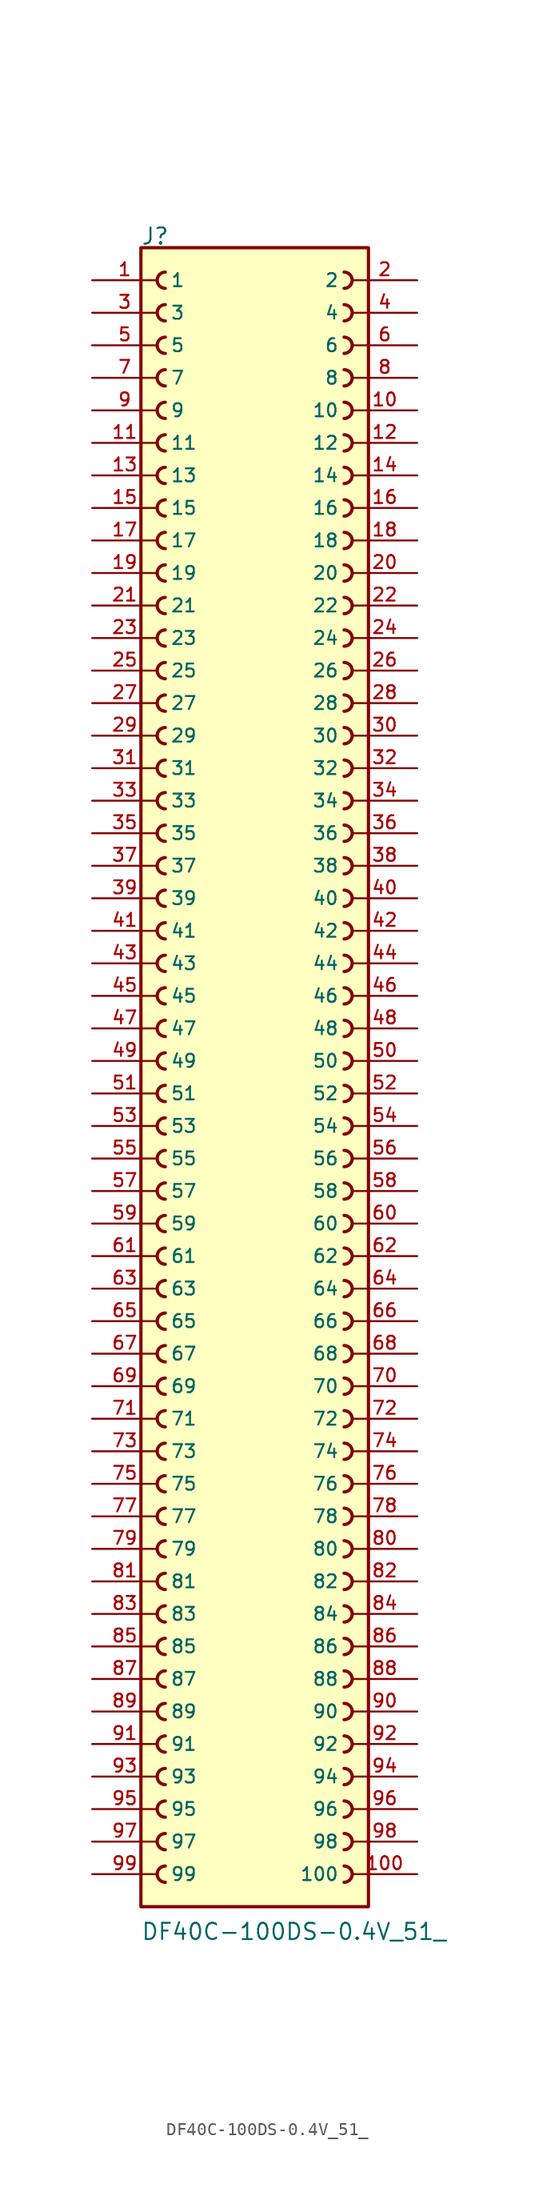
<source format=kicad_sym>
(kicad_symbol_lib
  (version 20241209)
  (generator "kicad_symbol_editor")
  (generator_version "9.0")
  (symbol "DF40C-100DS-0.4V_51_"
    (pin_names
      (offset 1.016))
    (property "Reference" "J"
      (at -8.908 63.653 0)
      (effects (font (size 1.27 1.27)) (justify left bottom)))
    (property "Value" "DF40C-100DS-0.4V_51_"
      (at -8.906 -68.732 0)
      (effects (font (size 1.27 1.27)) (justify left bottom)))
    (symbol "DF40C-100DS-0.4V_51__0_0"
      (rectangle (start -8.89 -66.04) (end 8.89 63.5) (stroke (width 0.254) (type default)) (fill (type background)))
      (arc (start -6.985 60.325) (mid -7.6172 60.96) (end -6.985 61.595) (stroke (width 0.254) (type default)) (fill (type none)))
      (arc (start -6.985 57.785) (mid -7.6172 58.42) (end -6.985 59.055) (stroke (width 0.254) (type default)) (fill (type none)))
      (arc (start -6.985 55.245) (mid -7.6172 55.88) (end -6.985 56.515) (stroke (width 0.254) (type default)) (fill (type none)))
      (arc (start -6.985 52.705) (mid -7.6172 53.34) (end -6.985 53.975) (stroke (width 0.254) (type default)) (fill (type none)))
      (arc (start -6.985 50.165) (mid -7.6172 50.8) (end -6.985 51.435) (stroke (width 0.254) (type default)) (fill (type none)))
      (arc (start -6.985 47.625) (mid -7.6172 48.26) (end -6.985 48.895) (stroke (width 0.254) (type default)) (fill (type none)))
      (arc (start -6.985 45.085) (mid -7.6172 45.72) (end -6.985 46.355) (stroke (width 0.254) (type default)) (fill (type none)))
      (arc (start -6.985 42.545) (mid -7.6172 43.18) (end -6.985 43.815) (stroke (width 0.254) (type default)) (fill (type none)))
      (arc (start -6.985 40.005) (mid -7.6172 40.64) (end -6.985 41.275) (stroke (width 0.254) (type default)) (fill (type none)))
      (arc (start -6.985 37.465) (mid -7.6172 38.1) (end -6.985 38.735) (stroke (width 0.254) (type default)) (fill (type none)))
      (arc (start -6.985 34.925) (mid -7.6172 35.56) (end -6.985 36.195) (stroke (width 0.254) (type default)) (fill (type none)))
      (arc (start -6.985 32.385) (mid -7.6172 33.02) (end -6.985 33.655) (stroke (width 0.254) (type default)) (fill (type none)))
      (arc (start -6.985 29.845) (mid -7.6172 30.48) (end -6.985 31.115) (stroke (width 0.254) (type default)) (fill (type none)))
      (arc (start -6.985 27.305) (mid -7.6172 27.94) (end -6.985 28.575) (stroke (width 0.254) (type default)) (fill (type none)))
      (arc (start -6.985 24.765) (mid -7.6172 25.4) (end -6.985 26.035) (stroke (width 0.254) (type default)) (fill (type none)))
      (arc (start -6.985 22.225) (mid -7.6172 22.86) (end -6.985 23.495) (stroke (width 0.254) (type default)) (fill (type none)))
      (arc (start -6.985 19.685) (mid -7.6172 20.32) (end -6.985 20.955) (stroke (width 0.254) (type default)) (fill (type none)))
      (arc (start -6.985 17.145) (mid -7.6172 17.78) (end -6.985 18.415) (stroke (width 0.254) (type default)) (fill (type none)))
      (arc (start -6.985 14.605) (mid -7.6172 15.24) (end -6.985 15.875) (stroke (width 0.254) (type default)) (fill (type none)))
      (arc (start -6.985 12.065) (mid -7.6172 12.7) (end -6.985 13.335) (stroke (width 0.254) (type default)) (fill (type none)))
      (arc (start -6.985 9.525) (mid -7.6172 10.16) (end -6.985 10.795) (stroke (width 0.254) (type default)) (fill (type none)))
      (arc (start -6.985 6.985) (mid -7.6172 7.62) (end -6.985 8.255) (stroke (width 0.254) (type default)) (fill (type none)))
      (arc (start -6.985 4.445) (mid -7.6172 5.08) (end -6.985 5.715) (stroke (width 0.254) (type default)) (fill (type none)))
      (arc (start -6.985 1.905) (mid -7.6172 2.54) (end -6.985 3.175) (stroke (width 0.254) (type default)) (fill (type none)))
      (arc (start -6.985 -0.635) (mid -7.6172 0) (end -6.985 0.635) (stroke (width 0.254) (type default)) (fill (type none)))
      (arc (start -6.985 -3.175) (mid -7.6172 -2.54) (end -6.985 -1.905) (stroke (width 0.254) (type default)) (fill (type none)))
      (arc (start -6.985 -5.715) (mid -7.6172 -5.08) (end -6.985 -4.445) (stroke (width 0.254) (type default)) (fill (type none)))
      (arc (start -6.985 -8.255) (mid -7.6172 -7.62) (end -6.985 -6.985) (stroke (width 0.254) (type default)) (fill (type none)))
      (arc (start -6.985 -10.795) (mid -7.6172 -10.16) (end -6.985 -9.525) (stroke (width 0.254) (type default)) (fill (type none)))
      (arc (start -6.985 -13.335) (mid -7.6172 -12.7) (end -6.985 -12.065) (stroke (width 0.254) (type default)) (fill (type none)))
      (arc (start -6.985 -15.875) (mid -7.6172 -15.24) (end -6.985 -14.605) (stroke (width 0.254) (type default)) (fill (type none)))
      (arc (start -6.985 -18.415) (mid -7.6172 -17.78) (end -6.985 -17.145) (stroke (width 0.254) (type default)) (fill (type none)))
      (arc (start -6.985 -20.955) (mid -7.6172 -20.32) (end -6.985 -19.685) (stroke (width 0.254) (type default)) (fill (type none)))
      (arc (start -6.985 -23.495) (mid -7.6172 -22.86) (end -6.985 -22.225) (stroke (width 0.254) (type default)) (fill (type none)))
      (arc (start -6.985 -26.035) (mid -7.6172 -25.4) (end -6.985 -24.765) (stroke (width 0.254) (type default)) (fill (type none)))
      (arc (start -6.985 -28.575) (mid -7.6172 -27.94) (end -6.985 -27.305) (stroke (width 0.254) (type default)) (fill (type none)))
      (arc (start -6.985 -31.115) (mid -7.6172 -30.48) (end -6.985 -29.845) (stroke (width 0.254) (type default)) (fill (type none)))
      (arc (start -6.985 -33.655) (mid -7.6172 -33.02) (end -6.985 -32.385) (stroke (width 0.254) (type default)) (fill (type none)))
      (arc (start -6.985 -36.195) (mid -7.6172 -35.56) (end -6.985 -34.925) (stroke (width 0.254) (type default)) (fill (type none)))
      (arc (start -6.985 -38.735) (mid -7.6172 -38.1) (end -6.985 -37.465) (stroke (width 0.254) (type default)) (fill (type none)))
      (arc (start -6.985 -41.275) (mid -7.6172 -40.64) (end -6.985 -40.005) (stroke (width 0.254) (type default)) (fill (type none)))
      (arc (start -6.985 -43.815) (mid -7.6172 -43.18) (end -6.985 -42.545) (stroke (width 0.254) (type default)) (fill (type none)))
      (arc (start -6.985 -46.355) (mid -7.6172 -45.72) (end -6.985 -45.085) (stroke (width 0.254) (type default)) (fill (type none)))
      (arc (start -6.985 -48.895) (mid -7.6172 -48.26) (end -6.985 -47.625) (stroke (width 0.254) (type default)) (fill (type none)))
      (arc (start -6.985 -51.435) (mid -7.6172 -50.8) (end -6.985 -50.165) (stroke (width 0.254) (type default)) (fill (type none)))
      (arc (start -6.985 -53.975) (mid -7.6172 -53.34) (end -6.985 -52.705) (stroke (width 0.254) (type default)) (fill (type none)))
      (arc (start -6.985 -56.515) (mid -7.6172 -55.88) (end -6.985 -55.245) (stroke (width 0.254) (type default)) (fill (type none)))
      (arc (start -6.985 -59.055) (mid -7.6172 -58.42) (end -6.985 -57.785) (stroke (width 0.254) (type default)) (fill (type none)))
      (arc (start -6.985 -61.595) (mid -7.6172 -60.96) (end -6.985 -60.325) (stroke (width 0.254) (type default)) (fill (type none)))
      (arc (start -6.985 -64.135) (mid -7.6172 -63.5) (end -6.985 -62.865) (stroke (width 0.254) (type default)) (fill (type none)))
      (arc (start 6.985 61.595) (mid 7.6172 60.96) (end 6.985 60.325) (stroke (width 0.254) (type default)) (fill (type none)))
      (arc (start 6.985 59.055) (mid 7.6172 58.42) (end 6.985 57.785) (stroke (width 0.254) (type default)) (fill (type none)))
      (arc (start 6.985 56.515) (mid 7.6172 55.88) (end 6.985 55.245) (stroke (width 0.254) (type default)) (fill (type none)))
      (arc (start 6.985 53.975) (mid 7.6172 53.34) (end 6.985 52.705) (stroke (width 0.254) (type default)) (fill (type none)))
      (arc (start 6.985 51.435) (mid 7.6172 50.8) (end 6.985 50.165) (stroke (width 0.254) (type default)) (fill (type none)))
      (arc (start 6.985 48.895) (mid 7.6172 48.26) (end 6.985 47.625) (stroke (width 0.254) (type default)) (fill (type none)))
      (arc (start 6.985 46.355) (mid 7.6172 45.72) (end 6.985 45.085) (stroke (width 0.254) (type default)) (fill (type none)))
      (arc (start 6.985 43.815) (mid 7.6172 43.18) (end 6.985 42.545) (stroke (width 0.254) (type default)) (fill (type none)))
      (arc (start 6.985 41.275) (mid 7.6172 40.64) (end 6.985 40.005) (stroke (width 0.254) (type default)) (fill (type none)))
      (arc (start 6.985 38.735) (mid 7.6172 38.1) (end 6.985 37.465) (stroke (width 0.254) (type default)) (fill (type none)))
      (arc (start 6.985 36.195) (mid 7.6172 35.56) (end 6.985 34.925) (stroke (width 0.254) (type default)) (fill (type none)))
      (arc (start 6.985 33.655) (mid 7.6172 33.02) (end 6.985 32.385) (stroke (width 0.254) (type default)) (fill (type none)))
      (arc (start 6.985 31.115) (mid 7.6172 30.48) (end 6.985 29.845) (stroke (width 0.254) (type default)) (fill (type none)))
      (arc (start 6.985 28.575) (mid 7.6172 27.94) (end 6.985 27.305) (stroke (width 0.254) (type default)) (fill (type none)))
      (arc (start 6.985 26.035) (mid 7.6172 25.4) (end 6.985 24.765) (stroke (width 0.254) (type default)) (fill (type none)))
      (arc (start 6.985 23.495) (mid 7.6172 22.86) (end 6.985 22.225) (stroke (width 0.254) (type default)) (fill (type none)))
      (arc (start 6.985 20.955) (mid 7.6172 20.32) (end 6.985 19.685) (stroke (width 0.254) (type default)) (fill (type none)))
      (arc (start 6.985 18.415) (mid 7.6172 17.78) (end 6.985 17.145) (stroke (width 0.254) (type default)) (fill (type none)))
      (arc (start 6.985 15.875) (mid 7.6172 15.24) (end 6.985 14.605) (stroke (width 0.254) (type default)) (fill (type none)))
      (arc (start 6.985 13.335) (mid 7.6172 12.7) (end 6.985 12.065) (stroke (width 0.254) (type default)) (fill (type none)))
      (arc (start 6.985 10.795) (mid 7.6172 10.16) (end 6.985 9.525) (stroke (width 0.254) (type default)) (fill (type none)))
      (arc (start 6.985 8.255) (mid 7.6172 7.62) (end 6.985 6.985) (stroke (width 0.254) (type default)) (fill (type none)))
      (arc (start 6.985 5.715) (mid 7.6172 5.08) (end 6.985 4.445) (stroke (width 0.254) (type default)) (fill (type none)))
      (arc (start 6.985 3.175) (mid 7.6172 2.54) (end 6.985 1.905) (stroke (width 0.254) (type default)) (fill (type none)))
      (arc (start 6.985 0.635) (mid 7.6172 0) (end 6.985 -0.635) (stroke (width 0.254) (type default)) (fill (type none)))
      (arc (start 6.985 -1.905) (mid 7.6172 -2.54) (end 6.985 -3.175) (stroke (width 0.254) (type default)) (fill (type none)))
      (arc (start 6.985 -4.445) (mid 7.6172 -5.08) (end 6.985 -5.715) (stroke (width 0.254) (type default)) (fill (type none)))
      (arc (start 6.985 -6.985) (mid 7.6172 -7.62) (end 6.985 -8.255) (stroke (width 0.254) (type default)) (fill (type none)))
      (arc (start 6.985 -9.525) (mid 7.6172 -10.16) (end 6.985 -10.795) (stroke (width 0.254) (type default)) (fill (type none)))
      (arc (start 6.985 -12.065) (mid 7.6172 -12.7) (end 6.985 -13.335) (stroke (width 0.254) (type default)) (fill (type none)))
      (arc (start 6.985 -14.605) (mid 7.6172 -15.24) (end 6.985 -15.875) (stroke (width 0.254) (type default)) (fill (type none)))
      (arc (start 6.985 -17.145) (mid 7.6172 -17.78) (end 6.985 -18.415) (stroke (width 0.254) (type default)) (fill (type none)))
      (arc (start 6.985 -19.685) (mid 7.6172 -20.32) (end 6.985 -20.955) (stroke (width 0.254) (type default)) (fill (type none)))
      (arc (start 6.985 -22.225) (mid 7.6172 -22.86) (end 6.985 -23.495) (stroke (width 0.254) (type default)) (fill (type none)))
      (arc (start 6.985 -24.765) (mid 7.6172 -25.4) (end 6.985 -26.035) (stroke (width 0.254) (type default)) (fill (type none)))
      (arc (start 6.985 -27.305) (mid 7.6172 -27.94) (end 6.985 -28.575) (stroke (width 0.254) (type default)) (fill (type none)))
      (arc (start 6.985 -29.845) (mid 7.6172 -30.48) (end 6.985 -31.115) (stroke (width 0.254) (type default)) (fill (type none)))
      (arc (start 6.985 -32.385) (mid 7.6172 -33.02) (end 6.985 -33.655) (stroke (width 0.254) (type default)) (fill (type none)))
      (arc (start 6.985 -34.925) (mid 7.6172 -35.56) (end 6.985 -36.195) (stroke (width 0.254) (type default)) (fill (type none)))
      (arc (start 6.985 -37.465) (mid 7.6172 -38.1) (end 6.985 -38.735) (stroke (width 0.254) (type default)) (fill (type none)))
      (arc (start 6.985 -40.005) (mid 7.6172 -40.64) (end 6.985 -41.275) (stroke (width 0.254) (type default)) (fill (type none)))
      (arc (start 6.985 -42.545) (mid 7.6172 -43.18) (end 6.985 -43.815) (stroke (width 0.254) (type default)) (fill (type none)))
      (arc (start 6.985 -45.085) (mid 7.6172 -45.72) (end 6.985 -46.355) (stroke (width 0.254) (type default)) (fill (type none)))
      (arc (start 6.985 -47.625) (mid 7.6172 -48.26) (end 6.985 -48.895) (stroke (width 0.254) (type default)) (fill (type none)))
      (arc (start 6.985 -50.165) (mid 7.6172 -50.8) (end 6.985 -51.435) (stroke (width 0.254) (type default)) (fill (type none)))
      (arc (start 6.985 -52.705) (mid 7.6172 -53.34) (end 6.985 -53.975) (stroke (width 0.254) (type default)) (fill (type none)))
      (arc (start 6.985 -55.245) (mid 7.6172 -55.88) (end 6.985 -56.515) (stroke (width 0.254) (type default)) (fill (type none)))
      (arc (start 6.985 -57.785) (mid 7.6172 -58.42) (end 6.985 -59.055) (stroke (width 0.254) (type default)) (fill (type none)))
      (arc (start 6.985 -60.325) (mid 7.6172 -60.96) (end 6.985 -61.595) (stroke (width 0.254) (type default)) (fill (type none)))
      (arc (start 6.985 -62.865) (mid 7.6172 -63.5) (end 6.985 -64.135) (stroke (width 0.254) (type default)) (fill (type none)))
      (pin passive line (at -12.7 60.96 0) (length 5.08) (name "1" (effects (font (size 1.016 1.016)))) (number "1" (effects (font (size 1.016 1.016)))))
      (pin passive line (at -12.7 58.42 0) (length 5.08) (name "3" (effects (font (size 1.016 1.016)))) (number "3" (effects (font (size 1.016 1.016)))))
      (pin passive line (at -12.7 55.88 0) (length 5.08) (name "5" (effects (font (size 1.016 1.016)))) (number "5" (effects (font (size 1.016 1.016)))))
      (pin passive line (at -12.7 53.34 0) (length 5.08) (name "7" (effects (font (size 1.016 1.016)))) (number "7" (effects (font (size 1.016 1.016)))))
      (pin passive line (at -12.7 50.8 0) (length 5.08) (name "9" (effects (font (size 1.016 1.016)))) (number "9" (effects (font (size 1.016 1.016)))))
      (pin passive line (at -12.7 48.26 0) (length 5.08) (name "11" (effects (font (size 1.016 1.016)))) (number "11" (effects (font (size 1.016 1.016)))))
      (pin passive line (at -12.7 45.72 0) (length 5.08) (name "13" (effects (font (size 1.016 1.016)))) (number "13" (effects (font (size 1.016 1.016)))))
      (pin passive line (at -12.7 43.18 0) (length 5.08) (name "15" (effects (font (size 1.016 1.016)))) (number "15" (effects (font (size 1.016 1.016)))))
      (pin passive line (at -12.7 40.64 0) (length 5.08) (name "17" (effects (font (size 1.016 1.016)))) (number "17" (effects (font (size 1.016 1.016)))))
      (pin passive line (at -12.7 38.1 0) (length 5.08) (name "19" (effects (font (size 1.016 1.016)))) (number "19" (effects (font (size 1.016 1.016)))))
      (pin passive line (at -12.7 35.56 0) (length 5.08) (name "21" (effects (font (size 1.016 1.016)))) (number "21" (effects (font (size 1.016 1.016)))))
      (pin passive line (at -12.7 33.02 0) (length 5.08) (name "23" (effects (font (size 1.016 1.016)))) (number "23" (effects (font (size 1.016 1.016)))))
      (pin passive line (at -12.7 30.48 0) (length 5.08) (name "25" (effects (font (size 1.016 1.016)))) (number "25" (effects (font (size 1.016 1.016)))))
      (pin passive line (at -12.7 27.94 0) (length 5.08) (name "27" (effects (font (size 1.016 1.016)))) (number "27" (effects (font (size 1.016 1.016)))))
      (pin passive line (at -12.7 25.4 0) (length 5.08) (name "29" (effects (font (size 1.016 1.016)))) (number "29" (effects (font (size 1.016 1.016)))))
      (pin passive line (at -12.7 22.86 0) (length 5.08) (name "31" (effects (font (size 1.016 1.016)))) (number "31" (effects (font (size 1.016 1.016)))))
      (pin passive line (at -12.7 20.32 0) (length 5.08) (name "33" (effects (font (size 1.016 1.016)))) (number "33" (effects (font (size 1.016 1.016)))))
      (pin passive line (at -12.7 17.78 0) (length 5.08) (name "35" (effects (font (size 1.016 1.016)))) (number "35" (effects (font (size 1.016 1.016)))))
      (pin passive line (at -12.7 15.24 0) (length 5.08) (name "37" (effects (font (size 1.016 1.016)))) (number "37" (effects (font (size 1.016 1.016)))))
      (pin passive line (at -12.7 12.7 0) (length 5.08) (name "39" (effects (font (size 1.016 1.016)))) (number "39" (effects (font (size 1.016 1.016)))))
      (pin passive line (at -12.7 10.16 0) (length 5.08) (name "41" (effects (font (size 1.016 1.016)))) (number "41" (effects (font (size 1.016 1.016)))))
      (pin passive line (at -12.7 7.62 0) (length 5.08) (name "43" (effects (font (size 1.016 1.016)))) (number "43" (effects (font (size 1.016 1.016)))))
      (pin passive line (at -12.7 5.08 0) (length 5.08) (name "45" (effects (font (size 1.016 1.016)))) (number "45" (effects (font (size 1.016 1.016)))))
      (pin passive line (at -12.7 2.54 0) (length 5.08) (name "47" (effects (font (size 1.016 1.016)))) (number "47" (effects (font (size 1.016 1.016)))))
      (pin passive line (at -12.7 0 0) (length 5.08) (name "49" (effects (font (size 1.016 1.016)))) (number "49" (effects (font (size 1.016 1.016)))))
      (pin passive line (at -12.7 -2.54 0) (length 5.08) (name "51" (effects (font (size 1.016 1.016)))) (number "51" (effects (font (size 1.016 1.016)))))
      (pin passive line (at -12.7 -5.08 0) (length 5.08) (name "53" (effects (font (size 1.016 1.016)))) (number "53" (effects (font (size 1.016 1.016)))))
      (pin passive line (at -12.7 -7.62 0) (length 5.08) (name "55" (effects (font (size 1.016 1.016)))) (number "55" (effects (font (size 1.016 1.016)))))
      (pin passive line (at -12.7 -10.16 0) (length 5.08) (name "57" (effects (font (size 1.016 1.016)))) (number "57" (effects (font (size 1.016 1.016)))))
      (pin passive line (at -12.7 -12.7 0) (length 5.08) (name "59" (effects (font (size 1.016 1.016)))) (number "59" (effects (font (size 1.016 1.016)))))
      (pin passive line (at -12.7 -15.24 0) (length 5.08) (name "61" (effects (font (size 1.016 1.016)))) (number "61" (effects (font (size 1.016 1.016)))))
      (pin passive line (at -12.7 -17.78 0) (length 5.08) (name "63" (effects (font (size 1.016 1.016)))) (number "63" (effects (font (size 1.016 1.016)))))
      (pin passive line (at -12.7 -20.32 0) (length 5.08) (name "65" (effects (font (size 1.016 1.016)))) (number "65" (effects (font (size 1.016 1.016)))))
      (pin passive line (at -12.7 -22.86 0) (length 5.08) (name "67" (effects (font (size 1.016 1.016)))) (number "67" (effects (font (size 1.016 1.016)))))
      (pin passive line (at -12.7 -25.4 0) (length 5.08) (name "69" (effects (font (size 1.016 1.016)))) (number "69" (effects (font (size 1.016 1.016)))))
      (pin passive line (at -12.7 -27.94 0) (length 5.08) (name "71" (effects (font (size 1.016 1.016)))) (number "71" (effects (font (size 1.016 1.016)))))
      (pin passive line (at -12.7 -30.48 0) (length 5.08) (name "73" (effects (font (size 1.016 1.016)))) (number "73" (effects (font (size 1.016 1.016)))))
      (pin passive line (at -12.7 -33.02 0) (length 5.08) (name "75" (effects (font (size 1.016 1.016)))) (number "75" (effects (font (size 1.016 1.016)))))
      (pin passive line (at -12.7 -35.56 0) (length 5.08) (name "77" (effects (font (size 1.016 1.016)))) (number "77" (effects (font (size 1.016 1.016)))))
      (pin passive line (at -12.7 -38.1 0) (length 5.08) (name "79" (effects (font (size 1.016 1.016)))) (number "79" (effects (font (size 1.016 1.016)))))
      (pin passive line (at -12.7 -40.64 0) (length 5.08) (name "81" (effects (font (size 1.016 1.016)))) (number "81" (effects (font (size 1.016 1.016)))))
      (pin passive line (at -12.7 -43.18 0) (length 5.08) (name "83" (effects (font (size 1.016 1.016)))) (number "83" (effects (font (size 1.016 1.016)))))
      (pin passive line (at -12.7 -45.72 0) (length 5.08) (name "85" (effects (font (size 1.016 1.016)))) (number "85" (effects (font (size 1.016 1.016)))))
      (pin passive line (at -12.7 -48.26 0) (length 5.08) (name "87" (effects (font (size 1.016 1.016)))) (number "87" (effects (font (size 1.016 1.016)))))
      (pin passive line (at -12.7 -50.8 0) (length 5.08) (name "89" (effects (font (size 1.016 1.016)))) (number "89" (effects (font (size 1.016 1.016)))))
      (pin passive line (at -12.7 -53.34 0) (length 5.08) (name "91" (effects (font (size 1.016 1.016)))) (number "91" (effects (font (size 1.016 1.016)))))
      (pin passive line (at -12.7 -55.88 0) (length 5.08) (name "93" (effects (font (size 1.016 1.016)))) (number "93" (effects (font (size 1.016 1.016)))))
      (pin passive line (at -12.7 -58.42 0) (length 5.08) (name "95" (effects (font (size 1.016 1.016)))) (number "95" (effects (font (size 1.016 1.016)))))
      (pin passive line (at -12.7 -60.96 0) (length 5.08) (name "97" (effects (font (size 1.016 1.016)))) (number "97" (effects (font (size 1.016 1.016)))))
      (pin passive line (at -12.7 -63.5 0) (length 5.08) (name "99" (effects (font (size 1.016 1.016)))) (number "99" (effects (font (size 1.016 1.016)))))
      (pin passive line (at 12.7 60.96 180) (length 5.08) (name "2" (effects (font (size 1.016 1.016)))) (number "2" (effects (font (size 1.016 1.016)))))
      (pin passive line (at 12.7 58.42 180) (length 5.08) (name "4" (effects (font (size 1.016 1.016)))) (number "4" (effects (font (size 1.016 1.016)))))
      (pin passive line (at 12.7 55.88 180) (length 5.08) (name "6" (effects (font (size 1.016 1.016)))) (number "6" (effects (font (size 1.016 1.016)))))
      (pin passive line (at 12.7 53.34 180) (length 5.08) (name "8" (effects (font (size 1.016 1.016)))) (number "8" (effects (font (size 1.016 1.016)))))
      (pin passive line (at 12.7 50.8 180) (length 5.08) (name "10" (effects (font (size 1.016 1.016)))) (number "10" (effects (font (size 1.016 1.016)))))
      (pin passive line (at 12.7 48.26 180) (length 5.08) (name "12" (effects (font (size 1.016 1.016)))) (number "12" (effects (font (size 1.016 1.016)))))
      (pin passive line (at 12.7 45.72 180) (length 5.08) (name "14" (effects (font (size 1.016 1.016)))) (number "14" (effects (font (size 1.016 1.016)))))
      (pin passive line (at 12.7 43.18 180) (length 5.08) (name "16" (effects (font (size 1.016 1.016)))) (number "16" (effects (font (size 1.016 1.016)))))
      (pin passive line (at 12.7 40.64 180) (length 5.08) (name "18" (effects (font (size 1.016 1.016)))) (number "18" (effects (font (size 1.016 1.016)))))
      (pin passive line (at 12.7 38.1 180) (length 5.08) (name "20" (effects (font (size 1.016 1.016)))) (number "20" (effects (font (size 1.016 1.016)))))
      (pin passive line (at 12.7 35.56 180) (length 5.08) (name "22" (effects (font (size 1.016 1.016)))) (number "22" (effects (font (size 1.016 1.016)))))
      (pin passive line (at 12.7 33.02 180) (length 5.08) (name "24" (effects (font (size 1.016 1.016)))) (number "24" (effects (font (size 1.016 1.016)))))
      (pin passive line (at 12.7 30.48 180) (length 5.08) (name "26" (effects (font (size 1.016 1.016)))) (number "26" (effects (font (size 1.016 1.016)))))
      (pin passive line (at 12.7 27.94 180) (length 5.08) (name "28" (effects (font (size 1.016 1.016)))) (number "28" (effects (font (size 1.016 1.016)))))
      (pin passive line (at 12.7 25.4 180) (length 5.08) (name "30" (effects (font (size 1.016 1.016)))) (number "30" (effects (font (size 1.016 1.016)))))
      (pin passive line (at 12.7 22.86 180) (length 5.08) (name "32" (effects (font (size 1.016 1.016)))) (number "32" (effects (font (size 1.016 1.016)))))
      (pin passive line (at 12.7 20.32 180) (length 5.08) (name "34" (effects (font (size 1.016 1.016)))) (number "34" (effects (font (size 1.016 1.016)))))
      (pin passive line (at 12.7 17.78 180) (length 5.08) (name "36" (effects (font (size 1.016 1.016)))) (number "36" (effects (font (size 1.016 1.016)))))
      (pin passive line (at 12.7 15.24 180) (length 5.08) (name "38" (effects (font (size 1.016 1.016)))) (number "38" (effects (font (size 1.016 1.016)))))
      (pin passive line (at 12.7 12.7 180) (length 5.08) (name "40" (effects (font (size 1.016 1.016)))) (number "40" (effects (font (size 1.016 1.016)))))
      (pin passive line (at 12.7 10.16 180) (length 5.08) (name "42" (effects (font (size 1.016 1.016)))) (number "42" (effects (font (size 1.016 1.016)))))
      (pin passive line (at 12.7 7.62 180) (length 5.08) (name "44" (effects (font (size 1.016 1.016)))) (number "44" (effects (font (size 1.016 1.016)))))
      (pin passive line (at 12.7 5.08 180) (length 5.08) (name "46" (effects (font (size 1.016 1.016)))) (number "46" (effects (font (size 1.016 1.016)))))
      (pin passive line (at 12.7 2.54 180) (length 5.08) (name "48" (effects (font (size 1.016 1.016)))) (number "48" (effects (font (size 1.016 1.016)))))
      (pin passive line (at 12.7 0 180) (length 5.08) (name "50" (effects (font (size 1.016 1.016)))) (number "50" (effects (font (size 1.016 1.016)))))
      (pin passive line (at 12.7 -2.54 180) (length 5.08) (name "52" (effects (font (size 1.016 1.016)))) (number "52" (effects (font (size 1.016 1.016)))))
      (pin passive line (at 12.7 -5.08 180) (length 5.08) (name "54" (effects (font (size 1.016 1.016)))) (number "54" (effects (font (size 1.016 1.016)))))
      (pin passive line (at 12.7 -7.62 180) (length 5.08) (name "56" (effects (font (size 1.016 1.016)))) (number "56" (effects (font (size 1.016 1.016)))))
      (pin passive line (at 12.7 -10.16 180) (length 5.08) (name "58" (effects (font (size 1.016 1.016)))) (number "58" (effects (font (size 1.016 1.016)))))
      (pin passive line (at 12.7 -12.7 180) (length 5.08) (name "60" (effects (font (size 1.016 1.016)))) (number "60" (effects (font (size 1.016 1.016)))))
      (pin passive line (at 12.7 -15.24 180) (length 5.08) (name "62" (effects (font (size 1.016 1.016)))) (number "62" (effects (font (size 1.016 1.016)))))
      (pin passive line (at 12.7 -17.78 180) (length 5.08) (name "64" (effects (font (size 1.016 1.016)))) (number "64" (effects (font (size 1.016 1.016)))))
      (pin passive line (at 12.7 -20.32 180) (length 5.08) (name "66" (effects (font (size 1.016 1.016)))) (number "66" (effects (font (size 1.016 1.016)))))
      (pin passive line (at 12.7 -22.86 180) (length 5.08) (name "68" (effects (font (size 1.016 1.016)))) (number "68" (effects (font (size 1.016 1.016)))))
      (pin passive line (at 12.7 -25.4 180) (length 5.08) (name "70" (effects (font (size 1.016 1.016)))) (number "70" (effects (font (size 1.016 1.016)))))
      (pin passive line (at 12.7 -27.94 180) (length 5.08) (name "72" (effects (font (size 1.016 1.016)))) (number "72" (effects (font (size 1.016 1.016)))))
      (pin passive line (at 12.7 -30.48 180) (length 5.08) (name "74" (effects (font (size 1.016 1.016)))) (number "74" (effects (font (size 1.016 1.016)))))
      (pin passive line (at 12.7 -33.02 180) (length 5.08) (name "76" (effects (font (size 1.016 1.016)))) (number "76" (effects (font (size 1.016 1.016)))))
      (pin passive line (at 12.7 -35.56 180) (length 5.08) (name "78" (effects (font (size 1.016 1.016)))) (number "78" (effects (font (size 1.016 1.016)))))
      (pin passive line (at 12.7 -38.1 180) (length 5.08) (name "80" (effects (font (size 1.016 1.016)))) (number "80" (effects (font (size 1.016 1.016)))))
      (pin passive line (at 12.7 -40.64 180) (length 5.08) (name "82" (effects (font (size 1.016 1.016)))) (number "82" (effects (font (size 1.016 1.016)))))
      (pin passive line (at 12.7 -43.18 180) (length 5.08) (name "84" (effects (font (size 1.016 1.016)))) (number "84" (effects (font (size 1.016 1.016)))))
      (pin passive line (at 12.7 -45.72 180) (length 5.08) (name "86" (effects (font (size 1.016 1.016)))) (number "86" (effects (font (size 1.016 1.016)))))
      (pin passive line (at 12.7 -48.26 180) (length 5.08) (name "88" (effects (font (size 1.016 1.016)))) (number "88" (effects (font (size 1.016 1.016)))))
      (pin passive line (at 12.7 -50.8 180) (length 5.08) (name "90" (effects (font (size 1.016 1.016)))) (number "90" (effects (font (size 1.016 1.016)))))
      (pin passive line (at 12.7 -53.34 180) (length 5.08) (name "92" (effects (font (size 1.016 1.016)))) (number "92" (effects (font (size 1.016 1.016)))))
      (pin passive line (at 12.7 -55.88 180) (length 5.08) (name "94" (effects (font (size 1.016 1.016)))) (number "94" (effects (font (size 1.016 1.016)))))
      (pin passive line (at 12.7 -58.42 180) (length 5.08) (name "96" (effects (font (size 1.016 1.016)))) (number "96" (effects (font (size 1.016 1.016)))))
      (pin passive line (at 12.7 -60.96 180) (length 5.08) (name "98" (effects (font (size 1.016 1.016)))) (number "98" (effects (font (size 1.016 1.016)))))
      (pin passive line (at 12.7 -63.5 180) (length 5.08) (name "100" (effects (font (size 1.016 1.016)))) (number "100" (effects (font (size 1.016 1.016))))))))
</source>
